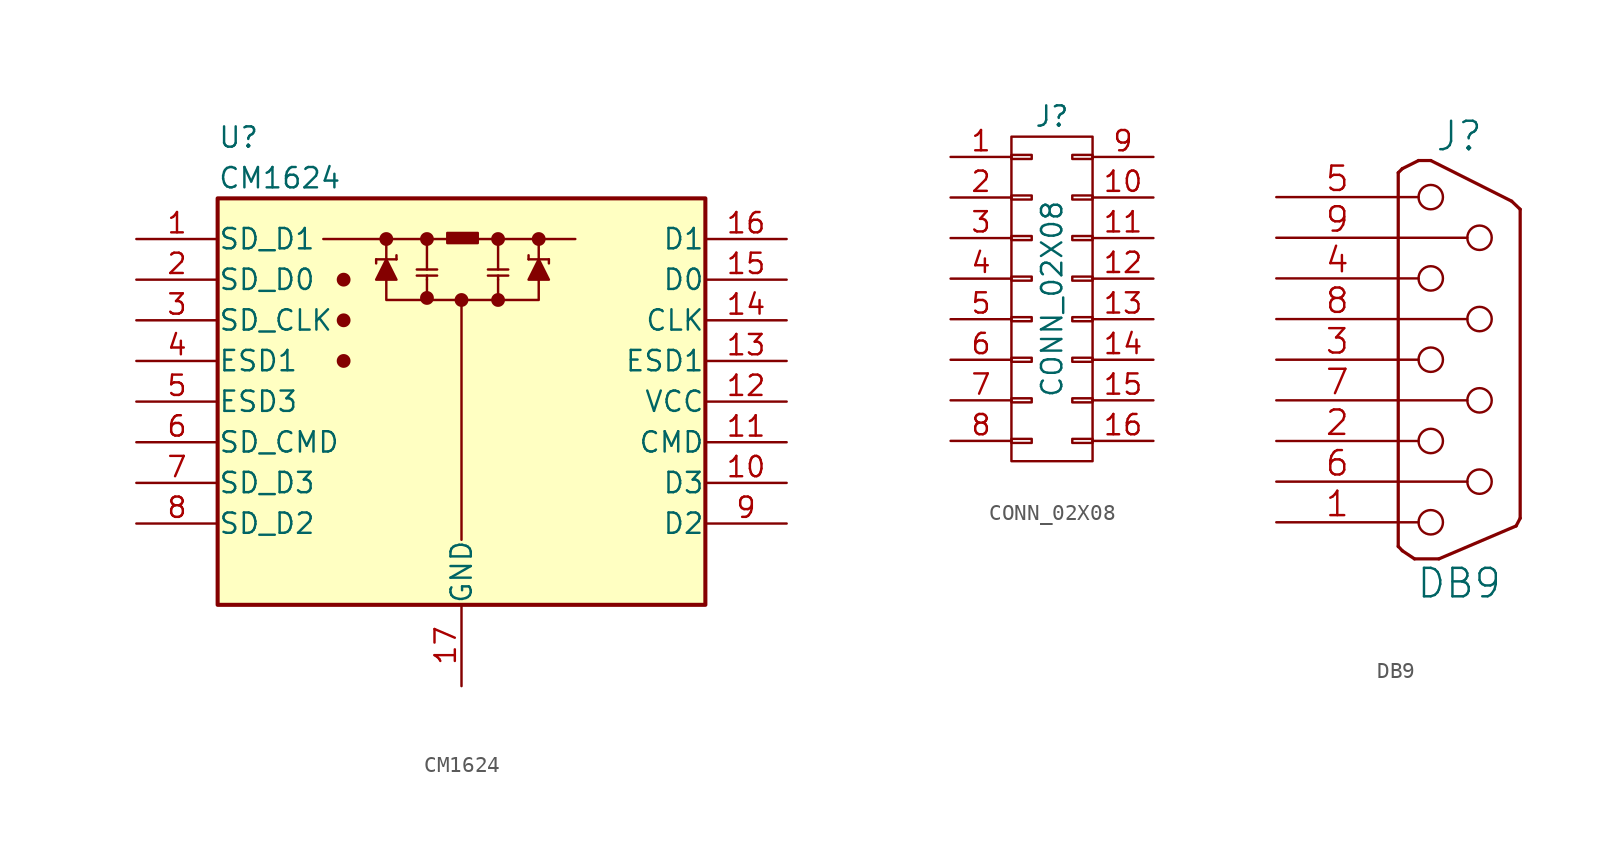
<source format=kicad_sym>
(kicad_symbol_lib
  (version 20211014)
  (generator kicad_symbol_editor)
  (symbol "CM1624"
    (pin_names
      (offset 0.025))
    (property "Reference" "U"
      (at -15.24 16.51 0)
      (effects (font (size 1.27 1.27)) (justify left)))
    (property "Value" "CM1624"
      (at -15.24 13.97 0)
      (effects (font (size 1.27 1.27)) (justify left)))
    (symbol "CM1624_0_1"
      (rectangle (start -15.24 12.7) (end 15.24 -12.7) (stroke (width 0.254) (type default) (color 0 0 0 0)) (fill (type background)))
      (circle (center -7.366 2.54) (radius 0.356) (stroke (width 0) (type default) (color 0 0 0 0)) (fill (type outline)))
      (circle (center -7.366 5.08) (radius 0.356) (stroke (width 0) (type default) (color 0 0 0 0)) (fill (type outline)))
      (circle (center -7.366 7.62) (radius 0.356) (stroke (width 0) (type default) (color 0 0 0 0)) (fill (type outline)))
      (circle (center -4.699 10.16) (radius 0.356) (stroke (width 0) (type default) (color 0 0 0 0)) (fill (type outline)))
      (circle (center -2.159 6.477) (radius 0.356) (stroke (width 0) (type default) (color 0 0 0 0)) (fill (type outline)))
      (circle (center -2.159 10.16) (radius 0.356) (stroke (width 0) (type default) (color 0 0 0 0)) (fill (type outline)))
      (rectangle (start -0.889 10.541) (end 1.016 9.906) (stroke (width 0) (type default) (color 0 0 0 0)) (fill (type outline)))
      (polyline (pts (xy -5.334 8.89) (xy -5.334 8.636)) (stroke (width 0) (type default) (color 0 0 0 0)) (fill (type none)))
      (polyline (pts (xy -4.699 10.16) (xy -8.636 10.16)) (stroke (width 0) (type default) (color 0 0 0 0)) (fill (type none)))
      (polyline (pts (xy -4.064 8.89) (xy -5.334 8.89)) (stroke (width 0) (type default) (color 0 0 0 0)) (fill (type none)))
      (polyline (pts (xy -4.064 8.89) (xy -4.064 9.144)) (stroke (width 0) (type default) (color 0 0 0 0)) (fill (type none)))
      (polyline (pts (xy -2.159 6.35) (xy -2.159 7.62)) (stroke (width 0) (type default) (color 0 0 0 0)) (fill (type none)))
      (polyline (pts (xy -2.159 7.62) (xy -2.159 7.874)) (stroke (width 0) (type default) (color 0 0 0 0)) (fill (type none)))
      (polyline (pts (xy -2.159 8.255) (xy -2.159 10.16)) (stroke (width 0) (type default) (color 0 0 0 0)) (fill (type none)))
      (polyline (pts (xy -1.524 7.874) (xy -2.794 7.874)) (stroke (width 0) (type default) (color 0 0 0 0)) (fill (type none)))
      (polyline (pts (xy -1.524 8.255) (xy -2.794 8.255)) (stroke (width 0) (type default) (color 0 0 0 0)) (fill (type none)))
      (polyline (pts (xy 0 6.35) (xy 0 -8.636)) (stroke (width 0) (type default) (color 0 0 0 0)) (fill (type none)))
      (polyline (pts (xy 1.651 7.874) (xy 2.921 7.874)) (stroke (width 0) (type default) (color 0 0 0 0)) (fill (type none)))
      (polyline (pts (xy 1.651 8.255) (xy 2.921 8.255)) (stroke (width 0) (type default) (color 0 0 0 0)) (fill (type none)))
      (polyline (pts (xy 2.286 6.35) (xy 2.286 7.62)) (stroke (width 0) (type default) (color 0 0 0 0)) (fill (type none)))
      (polyline (pts (xy 2.286 7.62) (xy 2.286 7.874)) (stroke (width 0) (type default) (color 0 0 0 0)) (fill (type none)))
      (polyline (pts (xy 2.286 8.255) (xy 2.286 10.16)) (stroke (width 0) (type default) (color 0 0 0 0)) (fill (type none)))
      (polyline (pts (xy 4.191 8.89) (xy 4.191 9.144)) (stroke (width 0) (type default) (color 0 0 0 0)) (fill (type none)))
      (polyline (pts (xy 4.191 8.89) (xy 5.461 8.89)) (stroke (width 0) (type default) (color 0 0 0 0)) (fill (type none)))
      (polyline (pts (xy 4.826 10.16) (xy 7.112 10.16)) (stroke (width 0) (type default) (color 0 0 0 0)) (fill (type none)))
      (polyline (pts (xy 5.461 8.89) (xy 5.461 8.636)) (stroke (width 0) (type default) (color 0 0 0 0)) (fill (type none)))
      (polyline (pts (xy -0.889 10.16) (xy -4.699 10.16) (xy -4.699 8.89)) (stroke (width 0) (type default) (color 0 0 0 0)) (fill (type none)))
      (polyline (pts (xy 1.016 10.16) (xy 4.826 10.16) (xy 4.826 8.89)) (stroke (width 0) (type default) (color 0 0 0 0)) (fill (type none)))
      (polyline (pts (xy -4.064 7.62) (xy -5.334 7.62) (xy -4.699 8.89) (xy -4.064 7.62)) (stroke (width 0) (type default) (color 0 0 0 0)) (fill (type outline)))
      (polyline (pts (xy 4.191 7.62) (xy 5.461 7.62) (xy 4.826 8.89) (xy 4.191 7.62)) (stroke (width 0) (type default) (color 0 0 0 0)) (fill (type outline)))
      (polyline (pts (xy -4.699 7.62) (xy -4.699 6.985) (xy -4.699 6.35) (xy 4.826 6.35) (xy 4.826 7.62)) (stroke (width 0) (type default) (color 0 0 0 0)) (fill (type none)))
      (circle (center 0 6.35) (radius 0.356) (stroke (width 0) (type default) (color 0 0 0 0)) (fill (type outline)))
      (circle (center 2.286 6.35) (radius 0.356) (stroke (width 0) (type default) (color 0 0 0 0)) (fill (type outline)))
      (circle (center 2.286 10.16) (radius 0.356) (stroke (width 0) (type default) (color 0 0 0 0)) (fill (type outline)))
      (circle (center 4.826 10.16) (radius 0.356) (stroke (width 0) (type default) (color 0 0 0 0)) (fill (type outline))))
    (symbol "CM1624_1_1"
      (pin passive line (at -20.32 10.16 0) (length 5.08) (name "SD_D1" (effects (font (size 1.27 1.27)))) (number "1" (effects (font (size 1.27 1.27)))))
      (pin passive line (at 20.32 -5.08 180) (length 5.08) (name "D3" (effects (font (size 1.27 1.27)))) (number "10" (effects (font (size 1.27 1.27)))))
      (pin passive line (at 20.32 -2.54 180) (length 5.08) (name "CMD" (effects (font (size 1.27 1.27)))) (number "11" (effects (font (size 1.27 1.27)))))
      (pin passive line (at 20.32 0 180) (length 5.08) (name "VCC" (effects (font (size 1.27 1.27)))) (number "12" (effects (font (size 1.27 1.27)))))
      (pin passive line (at 20.32 2.54 180) (length 5.08) (name "ESD1" (effects (font (size 1.27 1.27)))) (number "13" (effects (font (size 1.27 1.27)))))
      (pin passive line (at 20.32 5.08 180) (length 5.08) (name "CLK" (effects (font (size 1.27 1.27)))) (number "14" (effects (font (size 1.27 1.27)))))
      (pin passive line (at 20.32 7.62 180) (length 5.08) (name "D0" (effects (font (size 1.27 1.27)))) (number "15" (effects (font (size 1.27 1.27)))))
      (pin passive line (at 20.32 10.16 180) (length 5.08) (name "D1" (effects (font (size 1.27 1.27)))) (number "16" (effects (font (size 1.27 1.27)))))
      (pin power_in line (at 0 -17.78 90) (length 5.08) (name "GND" (effects (font (size 1.27 1.27)))) (number "17" (effects (font (size 1.27 1.27)))))
      (pin passive line (at -20.32 7.62 0) (length 5.08) (name "SD_D0" (effects (font (size 1.27 1.27)))) (number "2" (effects (font (size 1.27 1.27)))))
      (pin passive line (at -20.32 5.08 0) (length 5.08) (name "SD_CLK" (effects (font (size 1.27 1.27)))) (number "3" (effects (font (size 1.27 1.27)))))
      (pin passive line (at -20.32 2.54 0) (length 5.08) (name "ESD1" (effects (font (size 1.27 1.27)))) (number "4" (effects (font (size 1.27 1.27)))))
      (pin passive line (at -20.32 0 0) (length 5.08) (name "ESD3" (effects (font (size 1.27 1.27)))) (number "5" (effects (font (size 1.27 1.27)))))
      (pin passive line (at -20.32 -2.54 0) (length 5.08) (name "SD_CMD" (effects (font (size 1.27 1.27)))) (number "6" (effects (font (size 1.27 1.27)))))
      (pin passive line (at -20.32 -5.08 0) (length 5.08) (name "SD_D3" (effects (font (size 1.27 1.27)))) (number "7" (effects (font (size 1.27 1.27)))))
      (pin passive line (at -20.32 -7.62 0) (length 5.08) (name "SD_D2" (effects (font (size 1.27 1.27)))) (number "8" (effects (font (size 1.27 1.27)))))
      (pin passive line (at 20.32 -7.62 180) (length 5.08) (name "D2" (effects (font (size 1.27 1.27)))) (number "9" (effects (font (size 1.27 1.27)))))))
  (symbol "CONN_02X08"
    (pin_names
      (offset 0.025) hide)
    (property "Reference" "J"
      (at 0 11.43 0)
      (effects (font (size 1.27 1.27))))
    (property "Value" "CONN_02X08"
      (at 0 0 90)
      (effects (font (size 1.27 1.27))))
    (symbol "CONN_02X08_0_1"
      (rectangle (start -2.54 -8.763) (end -1.27 -9.017) (stroke (width 0) (type default) (color 0 0 0 0)) (fill (type none)))
      (rectangle (start -2.54 -6.223) (end -1.27 -6.477) (stroke (width 0) (type default) (color 0 0 0 0)) (fill (type none)))
      (rectangle (start -2.54 -3.683) (end -1.27 -3.937) (stroke (width 0) (type default) (color 0 0 0 0)) (fill (type none)))
      (rectangle (start -2.54 -1.143) (end -1.27 -1.397) (stroke (width 0) (type default) (color 0 0 0 0)) (fill (type none)))
      (rectangle (start -2.54 1.397) (end -1.27 1.143) (stroke (width 0) (type default) (color 0 0 0 0)) (fill (type none)))
      (rectangle (start -2.54 3.937) (end -1.27 3.683) (stroke (width 0) (type default) (color 0 0 0 0)) (fill (type none)))
      (rectangle (start -2.54 6.477) (end -1.27 6.223) (stroke (width 0) (type default) (color 0 0 0 0)) (fill (type none)))
      (rectangle (start -2.54 9.017) (end -1.27 8.763) (stroke (width 0) (type default) (color 0 0 0 0)) (fill (type none)))
      (rectangle (start -2.54 10.16) (end 2.54 -10.16) (stroke (width 0) (type default) (color 0 0 0 0)) (fill (type none)))
      (rectangle (start 1.27 -8.763) (end 2.54 -9.017) (stroke (width 0) (type default) (color 0 0 0 0)) (fill (type none)))
      (rectangle (start 1.27 -6.223) (end 2.54 -6.477) (stroke (width 0) (type default) (color 0 0 0 0)) (fill (type none)))
      (rectangle (start 1.27 -3.683) (end 2.54 -3.937) (stroke (width 0) (type default) (color 0 0 0 0)) (fill (type none)))
      (rectangle (start 1.27 -1.143) (end 2.54 -1.397) (stroke (width 0) (type default) (color 0 0 0 0)) (fill (type none)))
      (rectangle (start 1.27 1.397) (end 2.54 1.143) (stroke (width 0) (type default) (color 0 0 0 0)) (fill (type none)))
      (rectangle (start 1.27 3.937) (end 2.54 3.683) (stroke (width 0) (type default) (color 0 0 0 0)) (fill (type none)))
      (rectangle (start 1.27 6.477) (end 2.54 6.223) (stroke (width 0) (type default) (color 0 0 0 0)) (fill (type none)))
      (rectangle (start 1.27 9.017) (end 2.54 8.763) (stroke (width 0) (type default) (color 0 0 0 0)) (fill (type none))))
    (symbol "CONN_02X08_1_1"
      (pin passive line (at -6.35 8.89 0) (length 3.81) (name "P1" (effects (font (size 1.27 1.27)))) (number "1" (effects (font (size 1.27 1.27)))))
      (pin passive line (at 6.35 6.35 180) (length 3.81) (name "P10" (effects (font (size 1.27 1.27)))) (number "10" (effects (font (size 1.27 1.27)))))
      (pin passive line (at 6.35 3.81 180) (length 3.81) (name "P11" (effects (font (size 1.27 1.27)))) (number "11" (effects (font (size 1.27 1.27)))))
      (pin passive line (at 6.35 1.27 180) (length 3.81) (name "P12" (effects (font (size 1.27 1.27)))) (number "12" (effects (font (size 1.27 1.27)))))
      (pin passive line (at 6.35 -1.27 180) (length 3.81) (name "P13" (effects (font (size 1.27 1.27)))) (number "13" (effects (font (size 1.27 1.27)))))
      (pin passive line (at 6.35 -3.81 180) (length 3.81) (name "P14" (effects (font (size 1.27 1.27)))) (number "14" (effects (font (size 1.27 1.27)))))
      (pin passive line (at 6.35 -6.35 180) (length 3.81) (name "P15" (effects (font (size 1.27 1.27)))) (number "15" (effects (font (size 1.27 1.27)))))
      (pin passive line (at 6.35 -8.89 180) (length 3.81) (name "P16" (effects (font (size 1.27 1.27)))) (number "16" (effects (font (size 1.27 1.27)))))
      (pin passive line (at -6.35 6.35 0) (length 3.81) (name "P2" (effects (font (size 1.27 1.27)))) (number "2" (effects (font (size 1.27 1.27)))))
      (pin passive line (at -6.35 3.81 0) (length 3.81) (name "P3" (effects (font (size 1.27 1.27)))) (number "3" (effects (font (size 1.27 1.27)))))
      (pin passive line (at -6.35 1.27 0) (length 3.81) (name "P4" (effects (font (size 1.27 1.27)))) (number "4" (effects (font (size 1.27 1.27)))))
      (pin passive line (at -6.35 -1.27 0) (length 3.81) (name "P5" (effects (font (size 1.27 1.27)))) (number "5" (effects (font (size 1.27 1.27)))))
      (pin passive line (at -6.35 -3.81 0) (length 3.81) (name "P6" (effects (font (size 1.27 1.27)))) (number "6" (effects (font (size 1.27 1.27)))))
      (pin passive line (at -6.35 -6.35 0) (length 3.81) (name "P7" (effects (font (size 1.27 1.27)))) (number "7" (effects (font (size 1.27 1.27)))))
      (pin passive line (at -6.35 -8.89 0) (length 3.81) (name "P8" (effects (font (size 1.27 1.27)))) (number "8" (effects (font (size 1.27 1.27)))))
      (pin passive line (at 6.35 8.89 180) (length 3.81) (name "P9" (effects (font (size 1.27 1.27)))) (number "9" (effects (font (size 1.27 1.27)))))))
  (symbol "DB9"
    (pin_names
      (offset 1.016) hide)
    (property "Reference" "J"
      (at 0 13.97 0)
      (effects (font (size 1.778 1.778))))
    (property "Value" "DB9"
      (at 0 -13.97 0)
      (effects (font (size 1.778 1.778))))
    (property "Footprint" ""
      (at 0 0 0)
      (effects (font (size 1.524 1.524))))
    (property "Datasheet" ""
      (at 0 0 0)
      (effects (font (size 1.524 1.524))))
    (symbol "DB9_0_1"
      (circle (center -1.778 -10.16) (radius 0.762) (stroke (width 0) (type default) (color 0 0 0 0)) (fill (type none)))
      (circle (center -1.778 -5.08) (radius 0.762) (stroke (width 0) (type default) (color 0 0 0 0)) (fill (type none)))
      (circle (center -1.778 0) (radius 0.762) (stroke (width 0) (type default) (color 0 0 0 0)) (fill (type none)))
      (circle (center -1.778 5.08) (radius 0.762) (stroke (width 0) (type default) (color 0 0 0 0)) (fill (type none)))
      (circle (center -1.778 10.16) (radius 0.762) (stroke (width 0) (type default) (color 0 0 0 0)) (fill (type none)))
      (polyline (pts (xy -3.81 -11.684) (xy -3.81 11.684)) (stroke (width 0.203) (type default) (color 0 0 0 0)) (fill (type none)))
      (polyline (pts (xy -3.81 -11.659) (xy -3.556 -11.938)) (stroke (width 0.203) (type default) (color 0 0 0 0)) (fill (type none)))
      (polyline (pts (xy -3.81 -10.16) (xy -2.54 -10.16)) (stroke (width 0) (type default) (color 0 0 0 0)) (fill (type none)))
      (polyline (pts (xy -3.81 -7.62) (xy 0.508 -7.62)) (stroke (width 0) (type default) (color 0 0 0 0)) (fill (type none)))
      (polyline (pts (xy -3.81 -5.08) (xy -2.54 -5.08)) (stroke (width 0) (type default) (color 0 0 0 0)) (fill (type none)))
      (polyline (pts (xy -3.81 -2.54) (xy 0.508 -2.54)) (stroke (width 0) (type default) (color 0 0 0 0)) (fill (type none)))
      (polyline (pts (xy -3.81 0) (xy -2.54 0)) (stroke (width 0) (type default) (color 0 0 0 0)) (fill (type none)))
      (polyline (pts (xy -3.81 2.54) (xy 0.508 2.54)) (stroke (width 0) (type default) (color 0 0 0 0)) (fill (type none)))
      (polyline (pts (xy -3.81 5.08) (xy -2.54 5.08)) (stroke (width 0) (type default) (color 0 0 0 0)) (fill (type none)))
      (polyline (pts (xy -3.81 7.62) (xy 0.508 7.62)) (stroke (width 0) (type default) (color 0 0 0 0)) (fill (type none)))
      (polyline (pts (xy -3.81 10.16) (xy -2.54 10.16)) (stroke (width 0) (type default) (color 0 0 0 0)) (fill (type none)))
      (polyline (pts (xy -3.556 -11.938) (xy -2.794 -12.446)) (stroke (width 0.203) (type default) (color 0 0 0 0)) (fill (type none)))
      (polyline (pts (xy -3.556 11.938) (xy -3.81 11.684)) (stroke (width 0.203) (type default) (color 0 0 0 0)) (fill (type none)))
      (polyline (pts (xy -3.556 11.938) (xy -2.54 12.446)) (stroke (width 0.203) (type default) (color 0 0 0 0)) (fill (type none)))
      (polyline (pts (xy -2.794 -12.446) (xy -1.27 -12.446)) (stroke (width 0.203) (type default) (color 0 0 0 0)) (fill (type none)))
      (polyline (pts (xy -2.54 12.446) (xy -1.778 12.446)) (stroke (width 0.203) (type default) (color 0 0 0 0)) (fill (type none)))
      (polyline (pts (xy 3.277 9.906) (xy -1.778 12.446)) (stroke (width 0.203) (type default) (color 0 0 0 0)) (fill (type none)))
      (polyline (pts (xy 3.277 9.906) (xy 3.81 9.398)) (stroke (width 0.203) (type default) (color 0 0 0 0)) (fill (type none)))
      (polyline (pts (xy 3.556 -10.389) (xy -1.27 -12.446)) (stroke (width 0.203) (type default) (color 0 0 0 0)) (fill (type none)))
      (polyline (pts (xy 3.81 -9.906) (xy 3.556 -10.389)) (stroke (width 0.203) (type default) (color 0 0 0 0)) (fill (type none)))
      (polyline (pts (xy 3.81 9.398) (xy 3.81 -9.906)) (stroke (width 0.203) (type default) (color 0 0 0 0)) (fill (type none)))
      (circle (center 1.27 -7.62) (radius 0.762) (stroke (width 0) (type default) (color 0 0 0 0)) (fill (type none)))
      (circle (center 1.27 -2.54) (radius 0.762) (stroke (width 0) (type default) (color 0 0 0 0)) (fill (type none)))
      (circle (center 1.27 2.54) (radius 0.762) (stroke (width 0) (type default) (color 0 0 0 0)) (fill (type none)))
      (circle (center 1.27 7.62) (radius 0.762) (stroke (width 0) (type default) (color 0 0 0 0)) (fill (type none))))
    (symbol "DB9_1_1"
      (pin passive line (at -11.43 -10.16 0) (length 7.62) (name "1" (effects (font (size 1.524 1.524)))) (number "1" (effects (font (size 1.524 1.524)))))
      (pin passive line (at -11.43 -5.08 0) (length 7.62) (name "2" (effects (font (size 1.524 1.524)))) (number "2" (effects (font (size 1.524 1.524)))))
      (pin passive line (at -11.43 0 0) (length 7.62) (name "3" (effects (font (size 1.524 1.524)))) (number "3" (effects (font (size 1.524 1.524)))))
      (pin passive line (at -11.43 5.08 0) (length 7.62) (name "4" (effects (font (size 1.524 1.524)))) (number "4" (effects (font (size 1.524 1.524)))))
      (pin passive line (at -11.43 10.16 0) (length 7.62) (name "5" (effects (font (size 1.524 1.524)))) (number "5" (effects (font (size 1.524 1.524)))))
      (pin passive line (at -11.43 -7.62 0) (length 7.62) (name "P6" (effects (font (size 1.524 1.524)))) (number "6" (effects (font (size 1.524 1.524)))))
      (pin passive line (at -11.43 -2.54 0) (length 7.62) (name "P7" (effects (font (size 1.524 1.524)))) (number "7" (effects (font (size 1.524 1.524)))))
      (pin passive line (at -11.43 2.54 0) (length 7.62) (name "P8" (effects (font (size 1.524 1.524)))) (number "8" (effects (font (size 1.524 1.524)))))
      (pin passive line (at -11.43 7.62 0) (length 7.62) (name "P9" (effects (font (size 1.524 1.524)))) (number "9" (effects (font (size 1.524 1.524))))))))
</source>
